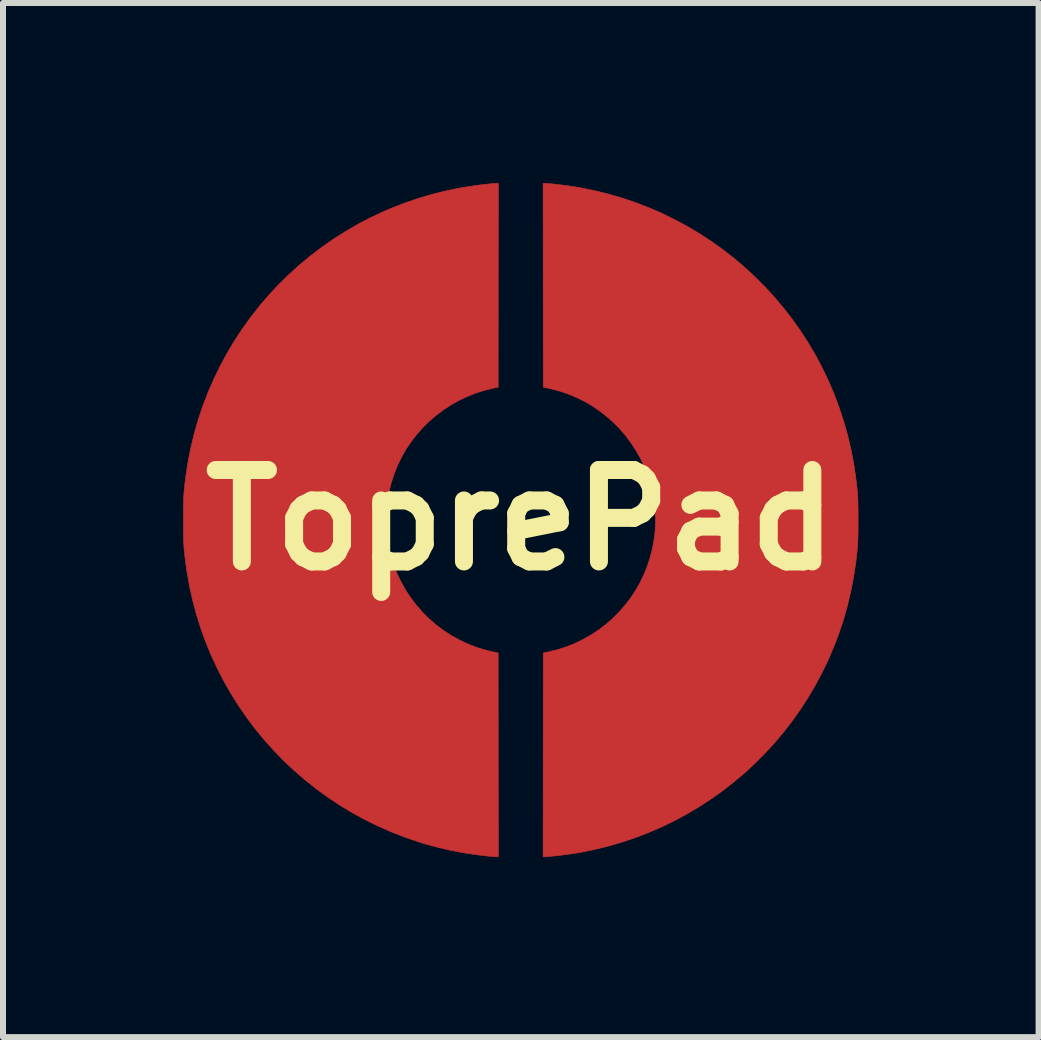
<source format=kicad_pcb>
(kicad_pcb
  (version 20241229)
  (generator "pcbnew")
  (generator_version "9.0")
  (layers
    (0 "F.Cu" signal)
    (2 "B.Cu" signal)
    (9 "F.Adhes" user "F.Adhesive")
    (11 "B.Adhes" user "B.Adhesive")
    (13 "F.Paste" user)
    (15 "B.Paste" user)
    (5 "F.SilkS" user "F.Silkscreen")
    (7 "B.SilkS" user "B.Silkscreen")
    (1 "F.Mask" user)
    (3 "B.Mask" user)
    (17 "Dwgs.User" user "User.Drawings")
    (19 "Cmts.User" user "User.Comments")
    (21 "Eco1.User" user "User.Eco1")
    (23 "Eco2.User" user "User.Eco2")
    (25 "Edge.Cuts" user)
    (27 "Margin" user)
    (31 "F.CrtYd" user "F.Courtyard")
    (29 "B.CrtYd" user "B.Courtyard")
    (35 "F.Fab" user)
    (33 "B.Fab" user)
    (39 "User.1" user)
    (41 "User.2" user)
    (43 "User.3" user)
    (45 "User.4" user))
  (footprint "ToprePad"
    (layer "F.Cu")
    (at 5.625 5.617)
    (property "Reference" "ToprePad" (at 0 0 0) (layer "F.SilkS") (effects (font (size 1.524 1.524) (thickness 0.3))))
    (attr through_hole)
    (fp_poly (pts (xy -0.372 -3.913) (xy -0.373 -2.215) (xy -0.455 -2.198) (xy -0.604 -2.161) (xy -0.75 -2.115) (xy -0.892 -2.058) (xy -1.029 -1.993) (xy -1.161 -1.919) (xy -1.287 -1.836) (xy -1.408 -1.745) (xy -1.522 -1.647) (xy -1.63 -1.541) (xy -1.73 -1.428) (xy -1.822 -1.309) (xy -1.907 -1.183) (xy -1.982 -1.051) (xy -2.049 -0.914) (xy -2.061 -0.885) (xy -2.118 -0.737) (xy -2.165 -0.587) (xy -2.2 -0.436) (xy -2.226 -0.284) (xy -2.24 -0.131) (xy -2.244 0.022) (xy -2.237 0.175) (xy -2.22 0.328) (xy -2.192 0.479) (xy -2.153 0.629) (xy -2.104 0.778) (xy -2.059 0.891) (xy -1.993 1.028) (xy -1.919 1.161) (xy -1.835 1.289) (xy -1.742 1.412) (xy -1.642 1.528) (xy -1.534 1.636) (xy -1.419 1.737) (xy -1.297 1.83) (xy -1.283 1.84) (xy -1.151 1.926) (xy -1.014 2.001) (xy -0.874 2.067) (xy -0.729 2.123) (xy -0.58 2.168) (xy -0.455 2.198) (xy -0.373 2.215) (xy -0.372 3.913) (xy -0.37 5.612) (xy -0.402 5.611) (xy -0.418 5.61) (xy -0.442 5.609) (xy -0.472 5.606) (xy -0.505 5.603) (xy -0.534 5.601) (xy -0.745 5.576) (xy -0.959 5.543) (xy -1.174 5.502) (xy -1.386 5.452) (xy -1.593 5.396) (xy -1.699 5.363) (xy -1.933 5.283) (xy -2.161 5.194) (xy -2.385 5.095) (xy -2.602 4.988) (xy -2.814 4.871) (xy -3.02 4.747) (xy -3.219 4.614) (xy -3.413 4.473) (xy -3.599 4.324) (xy -3.779 4.168) (xy -3.952 4.005) (xy -4.117 3.834) (xy -4.275 3.657) (xy -4.426 3.474) (xy -4.568 3.284) (xy -4.703 3.088) (xy -4.829 2.887) (xy -4.947 2.679) (xy -5.056 2.467) (xy -5.157 2.25) (xy -5.248 2.028) (xy -5.33 1.801) (xy -5.402 1.57) (xy -5.465 1.335) (xy -5.518 1.097) (xy -5.56 0.855) (xy -5.579 0.725) (xy -5.587 0.661) (xy -5.594 0.604) (xy -5.6 0.551) (xy -5.605 0.501) (xy -5.609 0.453) (xy -5.612 0.405) (xy -5.615 0.355) (xy -5.617 0.303) (xy -5.618 0.247) (xy -5.619 0.184) (xy -5.619 0.115) (xy -5.62 0.037) (xy -5.62 -0.003) (xy -5.62 -0.084) (xy -5.619 -0.156) (xy -5.618 -0.22) (xy -5.617 -0.277) (xy -5.616 -0.33) (xy -5.614 -0.379) (xy -5.611 -0.426) (xy -5.607 -0.472) (xy -5.603 -0.519) (xy -5.598 -0.569) (xy -5.592 -0.622) (xy -5.584 -0.681) (xy -5.579 -0.725) (xy -5.542 -0.968) (xy -5.494 -1.208) (xy -5.437 -1.445) (xy -5.37 -1.678) (xy -5.293 -1.907) (xy -5.206 -2.132) (xy -5.11 -2.353) (xy -5.005 -2.568) (xy -4.892 -2.779) (xy -4.769 -2.984) (xy -4.638 -3.184) (xy -4.499 -3.378) (xy -4.352 -3.565) (xy -4.197 -3.747) (xy -4.034 -3.921) (xy -3.864 -4.089) (xy -3.686 -4.25) (xy -3.502 -4.403) (xy -3.31 -4.549) (xy -3.112 -4.687) (xy -2.907 -4.816) (xy -2.697 -4.938) (xy -2.48 -5.05) (xy -2.257 -5.153) (xy -2.163 -5.193) (xy -1.938 -5.281) (xy -1.708 -5.36) (xy -1.475 -5.429) (xy -1.24 -5.487) (xy -1.003 -5.536) (xy -0.765 -5.573) (xy -0.725 -5.579) (xy -0.68 -5.584) (xy -0.633 -5.59) (xy -0.585 -5.595) (xy -0.539 -5.6) (xy -0.496 -5.604) (xy -0.457 -5.607) (xy -0.424 -5.61) (xy -0.4 -5.611) (xy -0.389 -5.612) (xy -0.37 -5.612) (xy -0.372 -3.913)) (stroke (width 0.01) (type solid)) (fill yes) (layer "F.Cu"))
    (fp_poly (pts (xy 0.421 -5.611) (xy 0.457 -5.608) (xy 0.501 -5.605) (xy 0.551 -5.6) (xy 0.606 -5.594) (xy 0.664 -5.587) (xy 0.724 -5.579) (xy 0.785 -5.571) (xy 0.844 -5.562) (xy 0.901 -5.554) (xy 0.954 -5.545) (xy 0.981 -5.541) (xy 1.222 -5.492) (xy 1.46 -5.434) (xy 1.693 -5.367) (xy 1.922 -5.289) (xy 2.146 -5.203) (xy 2.365 -5.107) (xy 2.579 -5.002) (xy 2.788 -4.889) (xy 2.991 -4.768) (xy 3.189 -4.638) (xy 3.38 -4.501) (xy 3.566 -4.356) (xy 3.745 -4.203) (xy 3.917 -4.043) (xy 4.082 -3.877) (xy 4.241 -3.703) (xy 4.392 -3.523) (xy 4.535 -3.337) (xy 4.671 -3.145) (xy 4.798 -2.947) (xy 4.918 -2.743) (xy 5.029 -2.534) (xy 5.131 -2.32) (xy 5.225 -2.101) (xy 5.309 -1.877) (xy 5.384 -1.649) (xy 5.45 -1.417) (xy 5.506 -1.18) (xy 5.552 -0.94) (xy 5.584 -0.725) (xy 5.592 -0.662) (xy 5.599 -0.605) (xy 5.605 -0.553) (xy 5.61 -0.505) (xy 5.614 -0.458) (xy 5.617 -0.413) (xy 5.62 -0.366) (xy 5.622 -0.316) (xy 5.623 -0.263) (xy 5.624 -0.204) (xy 5.625 -0.139) (xy 5.625 -0.065) (xy 5.625 0) (xy 5.625 0.081) (xy 5.625 0.153) (xy 5.624 0.217) (xy 5.623 0.274) (xy 5.621 0.327) (xy 5.619 0.376) (xy 5.617 0.422) (xy 5.613 0.468) (xy 5.609 0.515) (xy 5.604 0.564) (xy 5.598 0.616) (xy 5.591 0.674) (xy 5.584 0.725) (xy 5.547 0.968) (xy 5.5 1.207) (xy 5.443 1.443) (xy 5.377 1.674) (xy 5.301 1.902) (xy 5.215 2.124) (xy 5.121 2.343) (xy 5.018 2.556) (xy 4.906 2.764) (xy 4.786 2.967) (xy 4.658 3.164) (xy 4.522 3.355) (xy 4.378 3.54) (xy 4.227 3.719) (xy 4.068 3.891) (xy 3.903 4.057) (xy 3.731 4.216) (xy 3.552 4.367) (xy 3.367 4.511) (xy 3.176 4.647) (xy 2.978 4.776) (xy 2.776 4.896) (xy 2.568 5.008) (xy 2.354 5.112) (xy 2.136 5.207) (xy 1.913 5.292) (xy 1.685 5.369) (xy 1.454 5.436) (xy 1.218 5.493) (xy 0.978 5.541) (xy 0.765 5.574) (xy 0.727 5.579) (xy 0.684 5.584) (xy 0.638 5.59) (xy 0.592 5.595) (xy 0.546 5.599) (xy 0.504 5.604) (xy 0.465 5.607) (xy 0.433 5.61) (xy 0.408 5.611) (xy 0.396 5.612) (xy 0.376 5.612) (xy 0.377 3.913) (xy 0.379 2.215) (xy 0.46 2.198) (xy 0.612 2.161) (xy 0.759 2.114) (xy 0.903 2.057) (xy 1.041 1.99) (xy 1.175 1.914) (xy 1.303 1.83) (xy 1.425 1.736) (xy 1.541 1.634) (xy 1.65 1.524) (xy 1.752 1.406) (xy 1.829 1.306) (xy 1.913 1.18) (xy 1.989 1.047) (xy 2.055 0.91) (xy 2.112 0.768) (xy 2.16 0.623) (xy 2.198 0.474) (xy 2.226 0.324) (xy 2.243 0.173) (xy 2.25 0.021) (xy 2.25 0) (xy 2.245 -0.154) (xy 2.229 -0.307) (xy 2.202 -0.458) (xy 2.166 -0.606) (xy 2.119 -0.752) (xy 2.062 -0.894) (xy 1.996 -1.032) (xy 1.921 -1.165) (xy 1.836 -1.294) (xy 1.743 -1.417) (xy 1.641 -1.534) (xy 1.586 -1.591) (xy 1.471 -1.697) (xy 1.35 -1.795) (xy 1.223 -1.884) (xy 1.091 -1.964) (xy 0.953 -2.034) (xy 0.811 -2.095) (xy 0.664 -2.145) (xy 0.513 -2.186) (xy 0.46 -2.198) (xy 0.379 -2.215) (xy 0.377 -3.913) (xy 0.376 -5.612) (xy 0.395 -5.612) (xy 0.421 -5.611)) (stroke (width 0.01) (type solid)) (fill yes) (layer "F.Cu"))
    (fp_poly (pts (xy 5.628 5.612) (xy 5.535 5.612) (xy 5.535 5.546) (xy 5.628 5.546) (xy 5.628 5.612)) (stroke (width 0.01) (type solid)) (fill no) (layer "Eco1.User")))
  (gr_rect
    (start -3 -3)
    (end 14.258 14.234)
    (stroke (width 0.1) (type default))
    (fill no)
    (layer "Edge.Cuts")))
</source>
